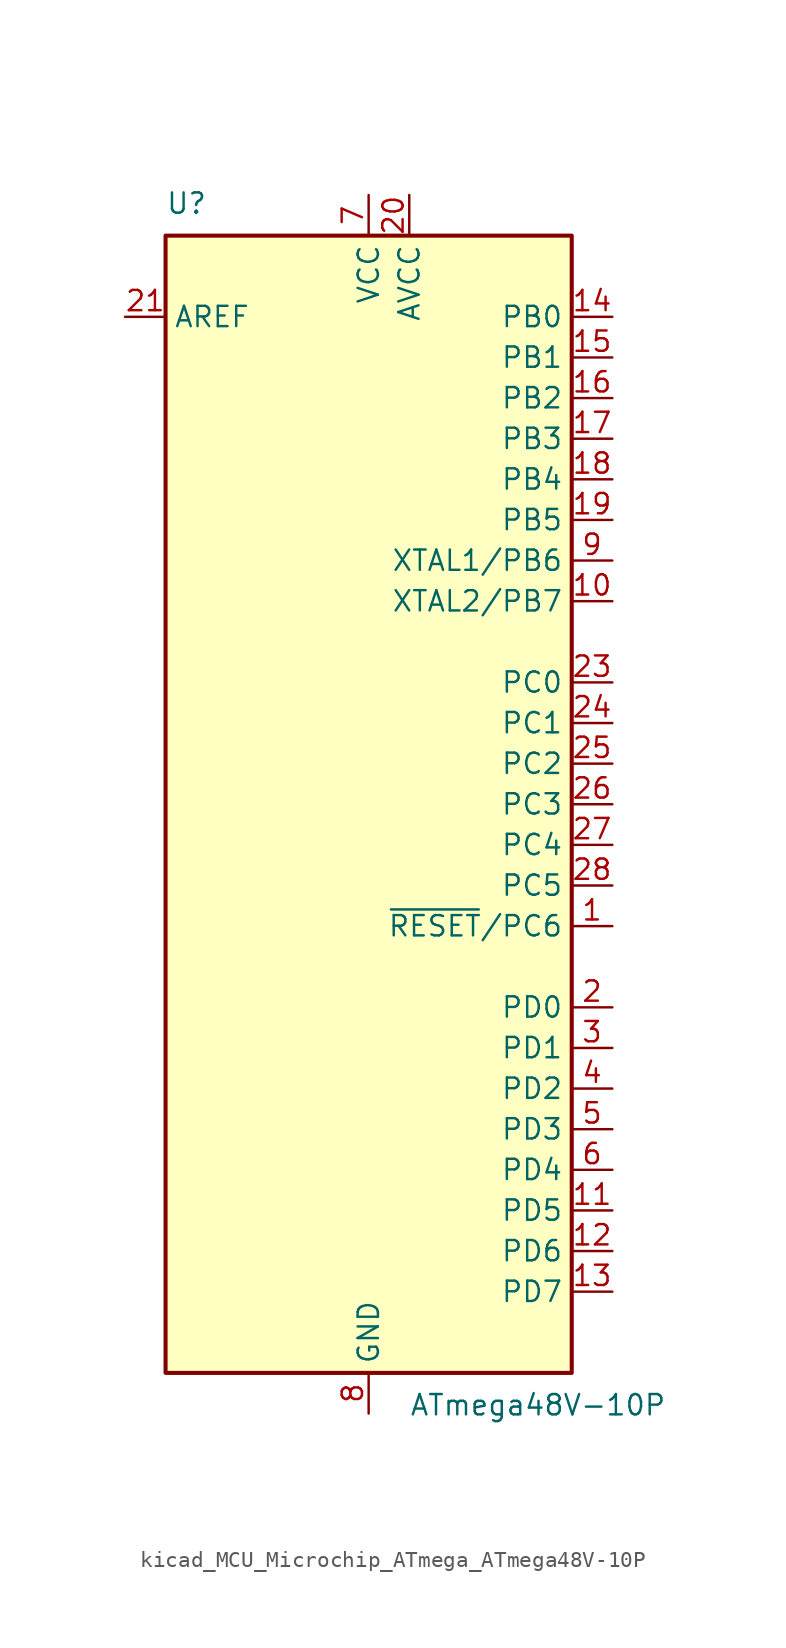
<source format=kicad_sym>
(kicad_symbol_lib
  (version 20220914)
  (generator kicad_symbol_editor)
  (symbol "kicad_MCU_Microchip_ATmega_ATmega48V-10P"
    (property "Reference" "U"
      (at -12.7 36.83 0)
      (effects (font (size 1.27 1.27)) (justify left bottom)))
    (property "Value" "ATmega48V-10P"
      (at 2.54 -36.83 0)
      (effects (font (size 1.27 1.27)) (justify left top)))
    (symbol "kicad_MCU_Microchip_ATmega_ATmega48V-10P_0_1"
      (rectangle (start -12.7 -35.56) (end 12.7 35.56) (stroke (width 0.254) (type default)) (fill (type background))))
    (symbol "kicad_MCU_Microchip_ATmega_ATmega48V-10P_1_1"
      (pin bidirectional line (at 15.24 -7.62 180) (length 2.54) (name "~{RESET}/PC6" (effects (font (size 1.27 1.27)))) (number "1" (effects (font (size 1.27 1.27)))))
      (pin bidirectional line (at 15.24 12.7 180) (length 2.54) (name "XTAL2/PB7" (effects (font (size 1.27 1.27)))) (number "10" (effects (font (size 1.27 1.27)))))
      (pin bidirectional line (at 15.24 -25.4 180) (length 2.54) (name "PD5" (effects (font (size 1.27 1.27)))) (number "11" (effects (font (size 1.27 1.27)))))
      (pin bidirectional line (at 15.24 -27.94 180) (length 2.54) (name "PD6" (effects (font (size 1.27 1.27)))) (number "12" (effects (font (size 1.27 1.27)))))
      (pin bidirectional line (at 15.24 -30.48 180) (length 2.54) (name "PD7" (effects (font (size 1.27 1.27)))) (number "13" (effects (font (size 1.27 1.27)))))
      (pin bidirectional line (at 15.24 30.48 180) (length 2.54) (name "PB0" (effects (font (size 1.27 1.27)))) (number "14" (effects (font (size 1.27 1.27)))))
      (pin bidirectional line (at 15.24 27.94 180) (length 2.54) (name "PB1" (effects (font (size 1.27 1.27)))) (number "15" (effects (font (size 1.27 1.27)))))
      (pin bidirectional line (at 15.24 25.4 180) (length 2.54) (name "PB2" (effects (font (size 1.27 1.27)))) (number "16" (effects (font (size 1.27 1.27)))))
      (pin bidirectional line (at 15.24 22.86 180) (length 2.54) (name "PB3" (effects (font (size 1.27 1.27)))) (number "17" (effects (font (size 1.27 1.27)))))
      (pin bidirectional line (at 15.24 20.32 180) (length 2.54) (name "PB4" (effects (font (size 1.27 1.27)))) (number "18" (effects (font (size 1.27 1.27)))))
      (pin bidirectional line (at 15.24 17.78 180) (length 2.54) (name "PB5" (effects (font (size 1.27 1.27)))) (number "19" (effects (font (size 1.27 1.27)))))
      (pin bidirectional line (at 15.24 -12.7 180) (length 2.54) (name "PD0" (effects (font (size 1.27 1.27)))) (number "2" (effects (font (size 1.27 1.27)))))
      (pin power_in line (at 2.54 38.1 270) (length 2.54) (name "AVCC" (effects (font (size 1.27 1.27)))) (number "20" (effects (font (size 1.27 1.27)))))
      (pin passive line (at -15.24 30.48 0) (length 2.54) (name "AREF" (effects (font (size 1.27 1.27)))) (number "21" (effects (font (size 1.27 1.27)))))
      (pin passive line (at 0 -38.1 90) (length 2.54) hide (name "GND" (effects (font (size 1.27 1.27)))) (number "22" (effects (font (size 1.27 1.27)))))
      (pin bidirectional line (at 15.24 7.62 180) (length 2.54) (name "PC0" (effects (font (size 1.27 1.27)))) (number "23" (effects (font (size 1.27 1.27)))))
      (pin bidirectional line (at 15.24 5.08 180) (length 2.54) (name "PC1" (effects (font (size 1.27 1.27)))) (number "24" (effects (font (size 1.27 1.27)))))
      (pin bidirectional line (at 15.24 2.54 180) (length 2.54) (name "PC2" (effects (font (size 1.27 1.27)))) (number "25" (effects (font (size 1.27 1.27)))))
      (pin bidirectional line (at 15.24 0 180) (length 2.54) (name "PC3" (effects (font (size 1.27 1.27)))) (number "26" (effects (font (size 1.27 1.27)))))
      (pin bidirectional line (at 15.24 -2.54 180) (length 2.54) (name "PC4" (effects (font (size 1.27 1.27)))) (number "27" (effects (font (size 1.27 1.27)))))
      (pin bidirectional line (at 15.24 -5.08 180) (length 2.54) (name "PC5" (effects (font (size 1.27 1.27)))) (number "28" (effects (font (size 1.27 1.27)))))
      (pin bidirectional line (at 15.24 -15.24 180) (length 2.54) (name "PD1" (effects (font (size 1.27 1.27)))) (number "3" (effects (font (size 1.27 1.27)))))
      (pin bidirectional line (at 15.24 -17.78 180) (length 2.54) (name "PD2" (effects (font (size 1.27 1.27)))) (number "4" (effects (font (size 1.27 1.27)))))
      (pin bidirectional line (at 15.24 -20.32 180) (length 2.54) (name "PD3" (effects (font (size 1.27 1.27)))) (number "5" (effects (font (size 1.27 1.27)))))
      (pin bidirectional line (at 15.24 -22.86 180) (length 2.54) (name "PD4" (effects (font (size 1.27 1.27)))) (number "6" (effects (font (size 1.27 1.27)))))
      (pin power_in line (at 0 38.1 270) (length 2.54) (name "VCC" (effects (font (size 1.27 1.27)))) (number "7" (effects (font (size 1.27 1.27)))))
      (pin power_in line (at 0 -38.1 90) (length 2.54) (name "GND" (effects (font (size 1.27 1.27)))) (number "8" (effects (font (size 1.27 1.27)))))
      (pin bidirectional line (at 15.24 15.24 180) (length 2.54) (name "XTAL1/PB6" (effects (font (size 1.27 1.27)))) (number "9" (effects (font (size 1.27 1.27))))))))
</source>
